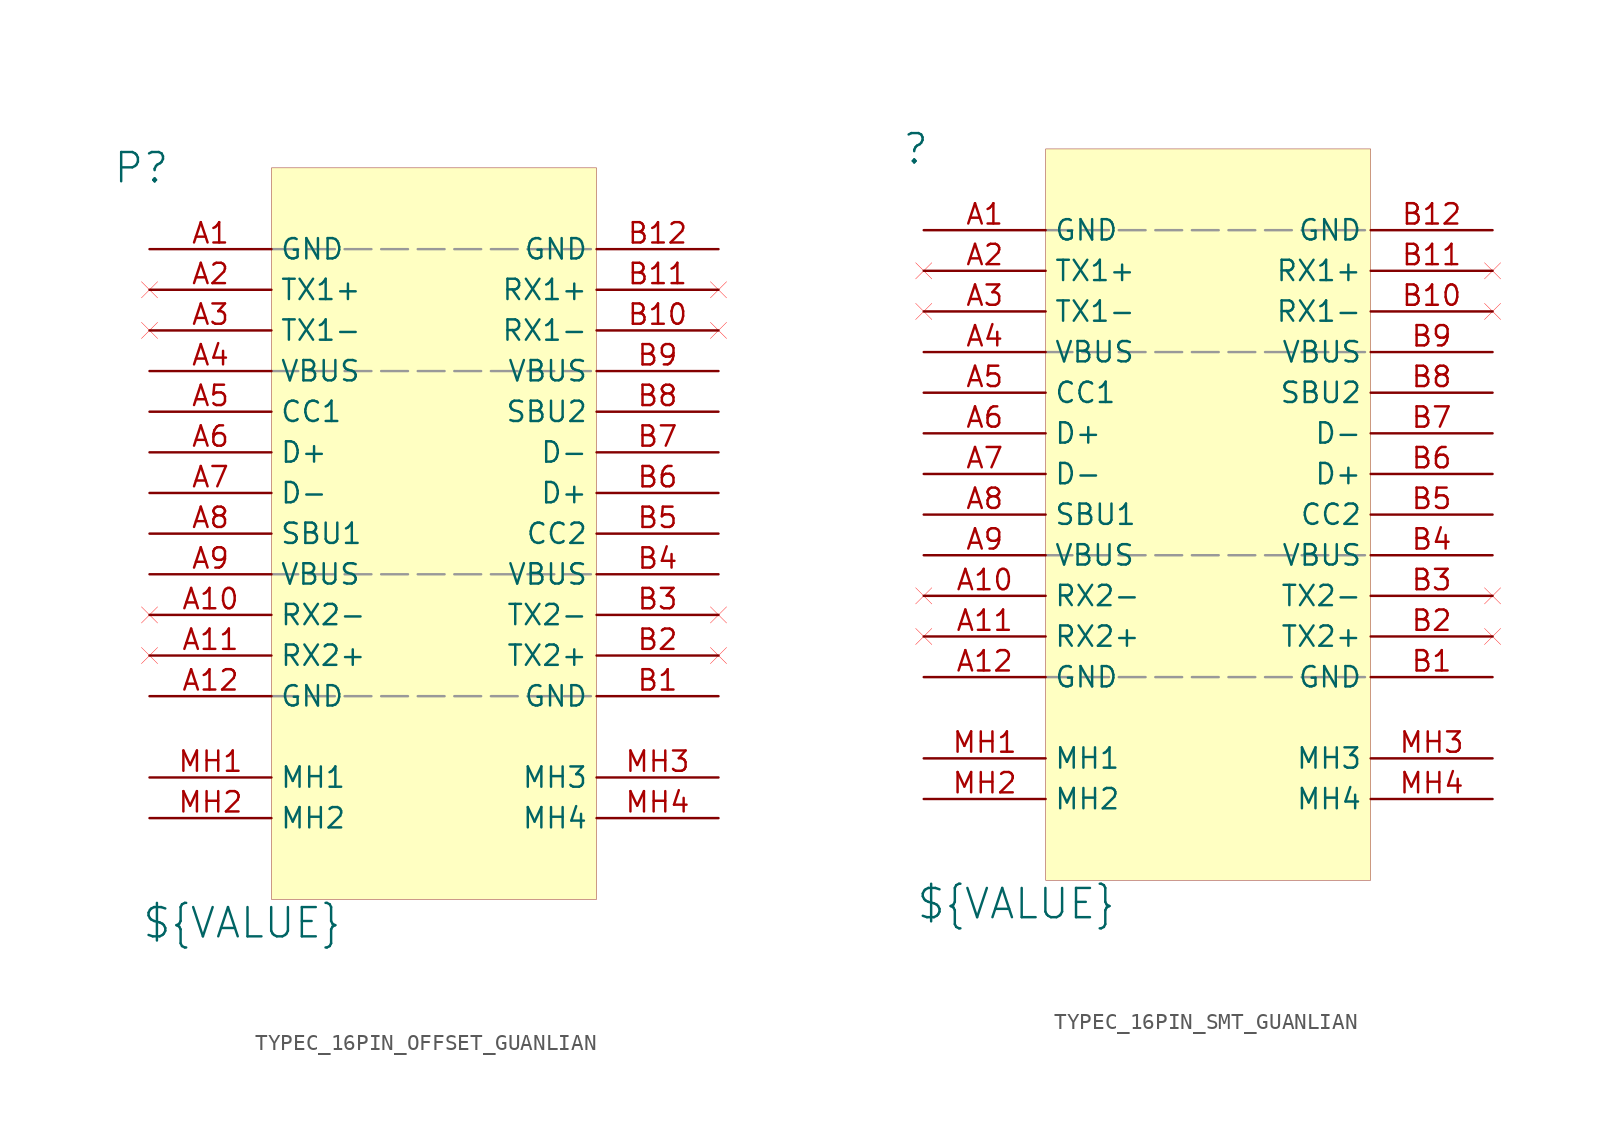
<source format=kicad_sym>
(kicad_symbol_lib
  (version 20241209)
  (generator "kicad_symbol_editor")
  (generator_version "9.0")
  (symbol "TYPEC_16PIN_OFFSET_GUANLIAN"
    (property "Reference" "P"
      (at -8.128 0 0)
      (effects (font (size 1.829 1.829))))
    (property "Value" "${VALUE}"
      (at -8.128 -48.26 0)
      (effects (font (size 1.829 1.829)) (justify left bottom)))
    (symbol "TYPEC_16PIN_OFFSET_GUANLIAN_1_0"
      (polyline (pts (xy -8.128 -7.112) (xy -7.112 -8.128)) (stroke (width 0.025) (type solid) (color 255 0 0 1)) (fill (type none)))
      (polyline (pts (xy -8.128 -8.128) (xy -7.112 -7.112)) (stroke (width 0.025) (type solid) (color 255 0 0 1)) (fill (type none)))
      (polyline (pts (xy -8.128 -9.652) (xy -7.112 -10.668)) (stroke (width 0.025) (type solid) (color 255 0 0 1)) (fill (type none)))
      (polyline (pts (xy -8.128 -10.668) (xy -7.112 -9.652)) (stroke (width 0.025) (type solid) (color 255 0 0 1)) (fill (type none)))
      (polyline (pts (xy -8.128 -27.432) (xy -7.112 -28.448)) (stroke (width 0.025) (type solid) (color 255 0 0 1)) (fill (type none)))
      (polyline (pts (xy -8.128 -28.448) (xy -7.112 -27.432)) (stroke (width 0.025) (type solid) (color 255 0 0 1)) (fill (type none)))
      (polyline (pts (xy -8.128 -29.972) (xy -7.112 -30.988)) (stroke (width 0.025) (type solid) (color 255 0 0 1)) (fill (type none)))
      (polyline (pts (xy -8.128 -30.988) (xy -7.112 -29.972)) (stroke (width 0.025) (type solid) (color 255 0 0 1)) (fill (type none)))
      (polyline (pts (xy 0 -5.08) (xy 20.32 -5.08)) (stroke (width 0) (type dash) (color 153 153 153 1)) (fill (type none)))
      (polyline (pts (xy 0 -12.7) (xy 20.32 -12.7)) (stroke (width 0) (type dash) (color 153 153 153 1)) (fill (type none)))
      (polyline (pts (xy 0 -25.4) (xy 20.32 -25.4)) (stroke (width 0) (type dash) (color 153 153 153 1)) (fill (type none)))
      (polyline (pts (xy 0 -33.02) (xy 20.32 -33.02)) (stroke (width 0) (type dash) (color 153 153 153 1)) (fill (type none)))
      (rectangle (start 20.32 0) (end 0 -45.72) (stroke (width 0.025) (type solid) (color 128 0 0 1)) (fill (type background)))
      (polyline (pts (xy 27.432 -7.112) (xy 28.448 -8.128)) (stroke (width 0.025) (type solid) (color 255 0 0 1)) (fill (type none)))
      (polyline (pts (xy 27.432 -8.128) (xy 28.448 -7.112)) (stroke (width 0.025) (type solid) (color 255 0 0 1)) (fill (type none)))
      (polyline (pts (xy 27.432 -9.652) (xy 28.448 -10.668)) (stroke (width 0.025) (type solid) (color 255 0 0 1)) (fill (type none)))
      (polyline (pts (xy 27.432 -10.668) (xy 28.448 -9.652)) (stroke (width 0.025) (type solid) (color 255 0 0 1)) (fill (type none)))
      (polyline (pts (xy 27.432 -27.432) (xy 28.448 -28.448)) (stroke (width 0.025) (type solid) (color 255 0 0 1)) (fill (type none)))
      (polyline (pts (xy 27.432 -28.448) (xy 28.448 -27.432)) (stroke (width 0.025) (type solid) (color 255 0 0 1)) (fill (type none)))
      (polyline (pts (xy 27.432 -29.972) (xy 28.448 -30.988)) (stroke (width 0.025) (type solid) (color 255 0 0 1)) (fill (type none)))
      (polyline (pts (xy 27.432 -30.988) (xy 28.448 -29.972)) (stroke (width 0.025) (type solid) (color 255 0 0 1)) (fill (type none)))
      (pin passive line (at -7.62 -5.08 0) (length 7.62) (name "GND" (effects (font (size 1.27 1.27)))) (number "A1" (effects (font (size 1.27 1.27)))))
      (pin passive line (at -7.62 -7.62 0) (length 7.62) (name "TX1+" (effects (font (size 1.27 1.27)))) (number "A2" (effects (font (size 1.27 1.27)))))
      (pin passive line (at -7.62 -10.16 0) (length 7.62) (name "TX1-" (effects (font (size 1.27 1.27)))) (number "A3" (effects (font (size 1.27 1.27)))))
      (pin passive line (at -7.62 -12.7 0) (length 7.62) (name "VBUS" (effects (font (size 1.27 1.27)))) (number "A4" (effects (font (size 1.27 1.27)))))
      (pin passive line (at -7.62 -15.24 0) (length 7.62) (name "CC1" (effects (font (size 1.27 1.27)))) (number "A5" (effects (font (size 1.27 1.27)))))
      (pin passive line (at -7.62 -17.78 0) (length 7.62) (name "D+" (effects (font (size 1.27 1.27)))) (number "A6" (effects (font (size 1.27 1.27)))))
      (pin passive line (at -7.62 -20.32 0) (length 7.62) (name "D-" (effects (font (size 1.27 1.27)))) (number "A7" (effects (font (size 1.27 1.27)))))
      (pin passive line (at -7.62 -22.86 0) (length 7.62) (name "SBU1" (effects (font (size 1.27 1.27)))) (number "A8" (effects (font (size 1.27 1.27)))))
      (pin passive line (at -7.62 -25.4 0) (length 7.62) (name "VBUS" (effects (font (size 1.27 1.27)))) (number "A9" (effects (font (size 1.27 1.27)))))
      (pin passive line (at -7.62 -27.94 0) (length 7.62) (name "RX2-" (effects (font (size 1.27 1.27)))) (number "A10" (effects (font (size 1.27 1.27)))))
      (pin passive line (at -7.62 -30.48 0) (length 7.62) (name "RX2+" (effects (font (size 1.27 1.27)))) (number "A11" (effects (font (size 1.27 1.27)))))
      (pin passive line (at -7.62 -33.02 0) (length 7.62) (name "GND" (effects (font (size 1.27 1.27)))) (number "A12" (effects (font (size 1.27 1.27)))))
      (pin passive line (at -7.62 -38.1 0) (length 7.62) (name "MH1" (effects (font (size 1.27 1.27)))) (number "MH1" (effects (font (size 1.27 1.27)))))
      (pin passive line (at -7.62 -40.64 0) (length 7.62) (name "MH2" (effects (font (size 1.27 1.27)))) (number "MH2" (effects (font (size 1.27 1.27)))))
      (pin passive line (at 27.94 -5.08 180) (length 7.62) (name "GND" (effects (font (size 1.27 1.27)))) (number "B12" (effects (font (size 1.27 1.27)))))
      (pin passive line (at 27.94 -7.62 180) (length 7.62) (name "RX1+" (effects (font (size 1.27 1.27)))) (number "B11" (effects (font (size 1.27 1.27)))))
      (pin passive line (at 27.94 -10.16 180) (length 7.62) (name "RX1-" (effects (font (size 1.27 1.27)))) (number "B10" (effects (font (size 1.27 1.27)))))
      (pin passive line (at 27.94 -12.7 180) (length 7.62) (name "VBUS" (effects (font (size 1.27 1.27)))) (number "B9" (effects (font (size 1.27 1.27)))))
      (pin passive line (at 27.94 -15.24 180) (length 7.62) (name "SBU2" (effects (font (size 1.27 1.27)))) (number "B8" (effects (font (size 1.27 1.27)))))
      (pin passive line (at 27.94 -17.78 180) (length 7.62) (name "D-" (effects (font (size 1.27 1.27)))) (number "B7" (effects (font (size 1.27 1.27)))))
      (pin passive line (at 27.94 -20.32 180) (length 7.62) (name "D+" (effects (font (size 1.27 1.27)))) (number "B6" (effects (font (size 1.27 1.27)))))
      (pin passive line (at 27.94 -22.86 180) (length 7.62) (name "CC2" (effects (font (size 1.27 1.27)))) (number "B5" (effects (font (size 1.27 1.27)))))
      (pin passive line (at 27.94 -25.4 180) (length 7.62) (name "VBUS" (effects (font (size 1.27 1.27)))) (number "B4" (effects (font (size 1.27 1.27)))))
      (pin passive line (at 27.94 -27.94 180) (length 7.62) (name "TX2-" (effects (font (size 1.27 1.27)))) (number "B3" (effects (font (size 1.27 1.27)))))
      (pin passive line (at 27.94 -30.48 180) (length 7.62) (name "TX2+" (effects (font (size 1.27 1.27)))) (number "B2" (effects (font (size 1.27 1.27)))))
      (pin passive line (at 27.94 -33.02 180) (length 7.62) (name "GND" (effects (font (size 1.27 1.27)))) (number "B1" (effects (font (size 1.27 1.27)))))
      (pin passive line (at 27.94 -38.1 180) (length 7.62) (name "MH3" (effects (font (size 1.27 1.27)))) (number "MH3" (effects (font (size 1.27 1.27)))))
      (pin passive line (at 27.94 -40.64 180) (length 7.62) (name "MH4" (effects (font (size 1.27 1.27)))) (number "MH4" (effects (font (size 1.27 1.27)))))))
  (symbol "TYPEC_16PIN_SMT_GUANLIAN"
    (property "Reference" ""
      (at -8.128 0 0)
      (effects (font (size 1.829 1.829))))
    (property "Value" "${VALUE}"
      (at -8.128 -48.26 0)
      (effects (font (size 1.829 1.829)) (justify left bottom)))
    (symbol "TYPEC_16PIN_SMT_GUANLIAN_1_0"
      (polyline (pts (xy -8.128 -7.112) (xy -7.112 -8.128)) (stroke (width 0.025) (type solid) (color 255 0 0 1)) (fill (type none)))
      (polyline (pts (xy -8.128 -8.128) (xy -7.112 -7.112)) (stroke (width 0.025) (type solid) (color 255 0 0 1)) (fill (type none)))
      (polyline (pts (xy -8.128 -9.652) (xy -7.112 -10.668)) (stroke (width 0.025) (type solid) (color 255 0 0 1)) (fill (type none)))
      (polyline (pts (xy -8.128 -10.668) (xy -7.112 -9.652)) (stroke (width 0.025) (type solid) (color 255 0 0 1)) (fill (type none)))
      (polyline (pts (xy -8.128 -27.432) (xy -7.112 -28.448)) (stroke (width 0.025) (type solid) (color 255 0 0 1)) (fill (type none)))
      (polyline (pts (xy -8.128 -28.448) (xy -7.112 -27.432)) (stroke (width 0.025) (type solid) (color 255 0 0 1)) (fill (type none)))
      (polyline (pts (xy -8.128 -29.972) (xy -7.112 -30.988)) (stroke (width 0.025) (type solid) (color 255 0 0 1)) (fill (type none)))
      (polyline (pts (xy -8.128 -30.988) (xy -7.112 -29.972)) (stroke (width 0.025) (type solid) (color 255 0 0 1)) (fill (type none)))
      (polyline (pts (xy 0 -5.08) (xy 20.32 -5.08)) (stroke (width 0) (type dash) (color 153 153 153 1)) (fill (type none)))
      (polyline (pts (xy 0 -12.7) (xy 20.32 -12.7)) (stroke (width 0) (type dash) (color 153 153 153 1)) (fill (type none)))
      (polyline (pts (xy 0 -25.4) (xy 20.32 -25.4)) (stroke (width 0) (type dash) (color 153 153 153 1)) (fill (type none)))
      (polyline (pts (xy 0 -33.02) (xy 20.32 -33.02)) (stroke (width 0) (type dash) (color 153 153 153 1)) (fill (type none)))
      (rectangle (start 20.32 0) (end 0 -45.72) (stroke (width 0.025) (type solid) (color 128 0 0 1)) (fill (type background)))
      (polyline (pts (xy 27.432 -7.112) (xy 28.448 -8.128)) (stroke (width 0.025) (type solid) (color 255 0 0 1)) (fill (type none)))
      (polyline (pts (xy 27.432 -8.128) (xy 28.448 -7.112)) (stroke (width 0.025) (type solid) (color 255 0 0 1)) (fill (type none)))
      (polyline (pts (xy 27.432 -9.652) (xy 28.448 -10.668)) (stroke (width 0.025) (type solid) (color 255 0 0 1)) (fill (type none)))
      (polyline (pts (xy 27.432 -10.668) (xy 28.448 -9.652)) (stroke (width 0.025) (type solid) (color 255 0 0 1)) (fill (type none)))
      (polyline (pts (xy 27.432 -27.432) (xy 28.448 -28.448)) (stroke (width 0.025) (type solid) (color 255 0 0 1)) (fill (type none)))
      (polyline (pts (xy 27.432 -28.448) (xy 28.448 -27.432)) (stroke (width 0.025) (type solid) (color 255 0 0 1)) (fill (type none)))
      (polyline (pts (xy 27.432 -29.972) (xy 28.448 -30.988)) (stroke (width 0.025) (type solid) (color 255 0 0 1)) (fill (type none)))
      (polyline (pts (xy 27.432 -30.988) (xy 28.448 -29.972)) (stroke (width 0.025) (type solid) (color 255 0 0 1)) (fill (type none)))
      (pin passive line (at -7.62 -5.08 0) (length 7.62) (name "GND" (effects (font (size 1.27 1.27)))) (number "A1" (effects (font (size 1.27 1.27)))))
      (pin passive line (at -7.62 -7.62 0) (length 7.62) (name "TX1+" (effects (font (size 1.27 1.27)))) (number "A2" (effects (font (size 1.27 1.27)))))
      (pin passive line (at -7.62 -10.16 0) (length 7.62) (name "TX1-" (effects (font (size 1.27 1.27)))) (number "A3" (effects (font (size 1.27 1.27)))))
      (pin passive line (at -7.62 -12.7 0) (length 7.62) (name "VBUS" (effects (font (size 1.27 1.27)))) (number "A4" (effects (font (size 1.27 1.27)))))
      (pin passive line (at -7.62 -15.24 0) (length 7.62) (name "CC1" (effects (font (size 1.27 1.27)))) (number "A5" (effects (font (size 1.27 1.27)))))
      (pin passive line (at -7.62 -17.78 0) (length 7.62) (name "D+" (effects (font (size 1.27 1.27)))) (number "A6" (effects (font (size 1.27 1.27)))))
      (pin passive line (at -7.62 -20.32 0) (length 7.62) (name "D-" (effects (font (size 1.27 1.27)))) (number "A7" (effects (font (size 1.27 1.27)))))
      (pin passive line (at -7.62 -22.86 0) (length 7.62) (name "SBU1" (effects (font (size 1.27 1.27)))) (number "A8" (effects (font (size 1.27 1.27)))))
      (pin passive line (at -7.62 -25.4 0) (length 7.62) (name "VBUS" (effects (font (size 1.27 1.27)))) (number "A9" (effects (font (size 1.27 1.27)))))
      (pin passive line (at -7.62 -27.94 0) (length 7.62) (name "RX2-" (effects (font (size 1.27 1.27)))) (number "A10" (effects (font (size 1.27 1.27)))))
      (pin passive line (at -7.62 -30.48 0) (length 7.62) (name "RX2+" (effects (font (size 1.27 1.27)))) (number "A11" (effects (font (size 1.27 1.27)))))
      (pin passive line (at -7.62 -33.02 0) (length 7.62) (name "GND" (effects (font (size 1.27 1.27)))) (number "A12" (effects (font (size 1.27 1.27)))))
      (pin passive line (at -7.62 -38.1 0) (length 7.62) (name "MH1" (effects (font (size 1.27 1.27)))) (number "MH1" (effects (font (size 1.27 1.27)))))
      (pin passive line (at -7.62 -40.64 0) (length 7.62) (name "MH2" (effects (font (size 1.27 1.27)))) (number "MH2" (effects (font (size 1.27 1.27)))))
      (pin passive line (at 27.94 -5.08 180) (length 7.62) (name "GND" (effects (font (size 1.27 1.27)))) (number "B12" (effects (font (size 1.27 1.27)))))
      (pin passive line (at 27.94 -7.62 180) (length 7.62) (name "RX1+" (effects (font (size 1.27 1.27)))) (number "B11" (effects (font (size 1.27 1.27)))))
      (pin passive line (at 27.94 -10.16 180) (length 7.62) (name "RX1-" (effects (font (size 1.27 1.27)))) (number "B10" (effects (font (size 1.27 1.27)))))
      (pin passive line (at 27.94 -12.7 180) (length 7.62) (name "VBUS" (effects (font (size 1.27 1.27)))) (number "B9" (effects (font (size 1.27 1.27)))))
      (pin passive line (at 27.94 -15.24 180) (length 7.62) (name "SBU2" (effects (font (size 1.27 1.27)))) (number "B8" (effects (font (size 1.27 1.27)))))
      (pin passive line (at 27.94 -17.78 180) (length 7.62) (name "D-" (effects (font (size 1.27 1.27)))) (number "B7" (effects (font (size 1.27 1.27)))))
      (pin passive line (at 27.94 -20.32 180) (length 7.62) (name "D+" (effects (font (size 1.27 1.27)))) (number "B6" (effects (font (size 1.27 1.27)))))
      (pin passive line (at 27.94 -22.86 180) (length 7.62) (name "CC2" (effects (font (size 1.27 1.27)))) (number "B5" (effects (font (size 1.27 1.27)))))
      (pin passive line (at 27.94 -25.4 180) (length 7.62) (name "VBUS" (effects (font (size 1.27 1.27)))) (number "B4" (effects (font (size 1.27 1.27)))))
      (pin passive line (at 27.94 -27.94 180) (length 7.62) (name "TX2-" (effects (font (size 1.27 1.27)))) (number "B3" (effects (font (size 1.27 1.27)))))
      (pin passive line (at 27.94 -30.48 180) (length 7.62) (name "TX2+" (effects (font (size 1.27 1.27)))) (number "B2" (effects (font (size 1.27 1.27)))))
      (pin passive line (at 27.94 -33.02 180) (length 7.62) (name "GND" (effects (font (size 1.27 1.27)))) (number "B1" (effects (font (size 1.27 1.27)))))
      (pin passive line (at 27.94 -38.1 180) (length 7.62) (name "MH3" (effects (font (size 1.27 1.27)))) (number "MH3" (effects (font (size 1.27 1.27)))))
      (pin passive line (at 27.94 -40.64 180) (length 7.62) (name "MH4" (effects (font (size 1.27 1.27)))) (number "MH4" (effects (font (size 1.27 1.27))))))))
</source>
